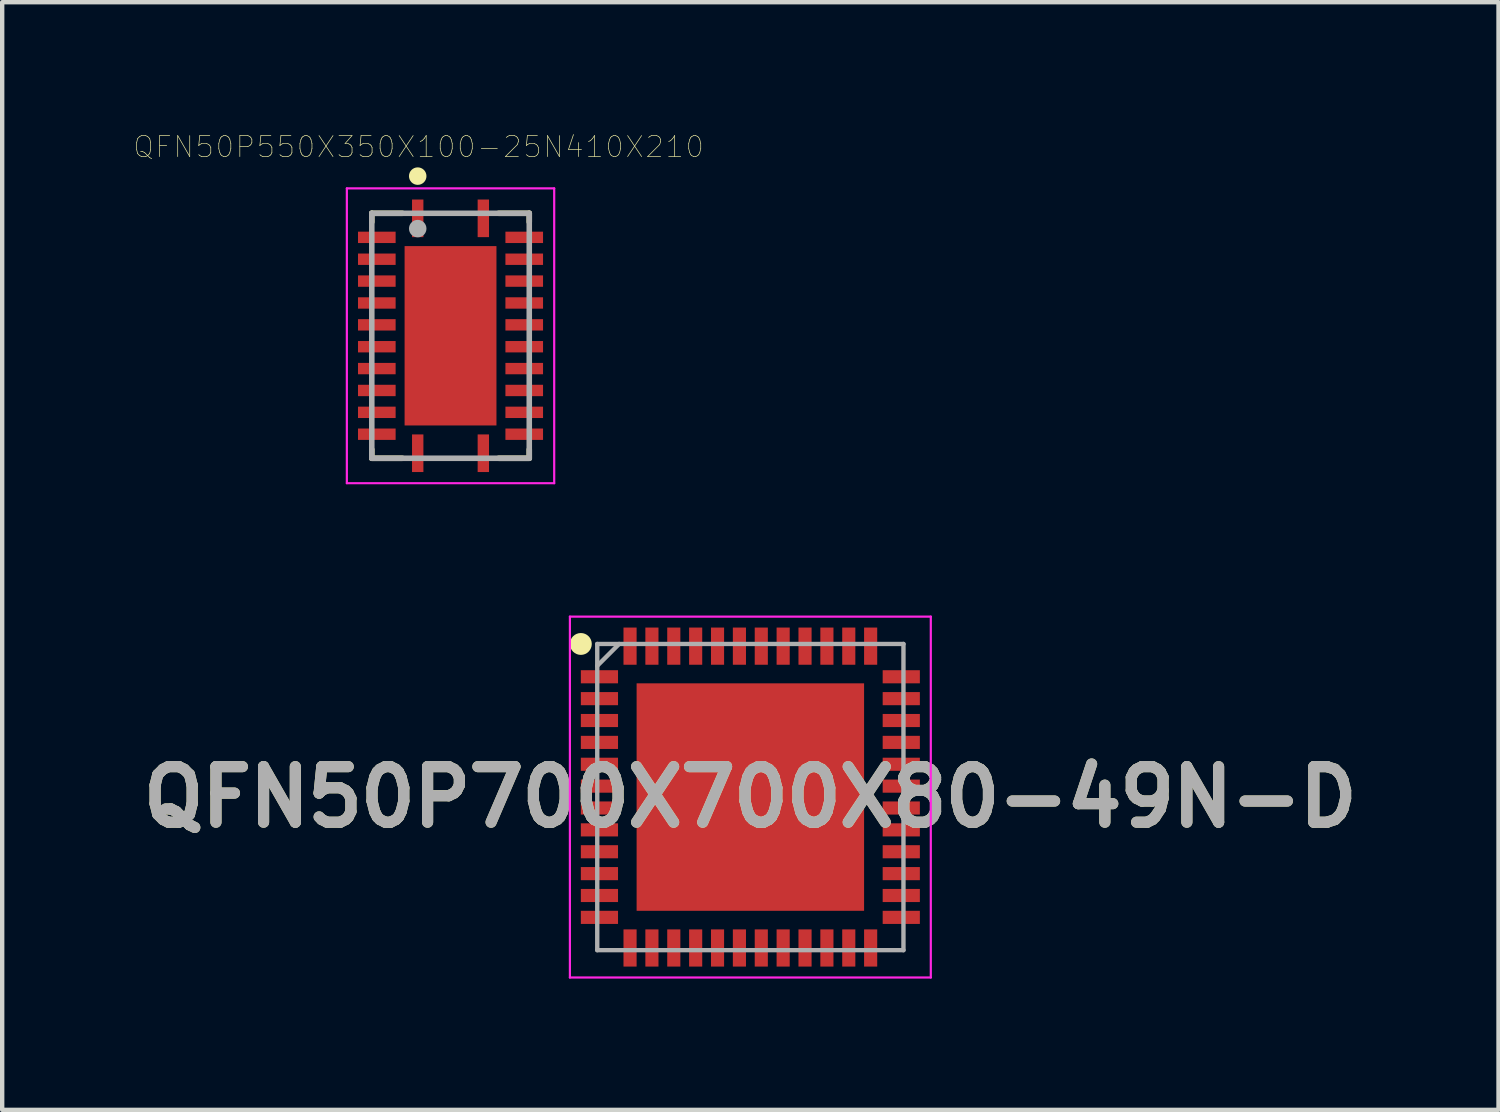
<source format=kicad_pcb>
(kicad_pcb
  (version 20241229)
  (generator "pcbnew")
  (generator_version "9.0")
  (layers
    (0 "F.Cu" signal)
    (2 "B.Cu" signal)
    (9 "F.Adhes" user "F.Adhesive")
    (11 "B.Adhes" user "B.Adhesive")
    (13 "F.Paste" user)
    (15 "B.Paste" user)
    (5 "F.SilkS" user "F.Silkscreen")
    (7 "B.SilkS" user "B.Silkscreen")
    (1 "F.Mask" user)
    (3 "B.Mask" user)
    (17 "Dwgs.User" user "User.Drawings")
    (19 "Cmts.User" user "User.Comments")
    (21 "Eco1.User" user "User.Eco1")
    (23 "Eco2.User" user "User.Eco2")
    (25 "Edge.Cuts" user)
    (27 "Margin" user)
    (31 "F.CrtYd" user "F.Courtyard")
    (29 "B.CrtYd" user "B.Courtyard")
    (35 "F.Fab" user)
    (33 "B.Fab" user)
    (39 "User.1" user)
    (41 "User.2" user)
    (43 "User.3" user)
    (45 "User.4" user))
  (footprint "QFN50P700X700X80-49N-D"
    (layer "F.Cu")
    (at 14.103 15.171)
    (property "Reference" "QFN50P700X700X80-49N-D" (at 0 0 0) (layer "F.SilkS") (effects (font (size 1.27 1.27) (thickness 0.254))))
    (attr smd)
    (fp_circle (center -3.875 -3.5) (end -3.875 -3.375) (stroke (width 0.25) (type solid)) (fill no) (layer "F.SilkS"))
    (fp_line (start -4.125 -4.125) (end 4.125 -4.125) (stroke (width 0.05) (type solid)) (layer "F.CrtYd"))
    (fp_line (start -4.125 4.125) (end -4.125 -4.125) (stroke (width 0.05) (type solid)) (layer "F.CrtYd"))
    (fp_line (start 4.125 -4.125) (end 4.125 4.125) (stroke (width 0.05) (type solid)) (layer "F.CrtYd"))
    (fp_line (start 4.125 4.125) (end -4.125 4.125) (stroke (width 0.05) (type solid)) (layer "F.CrtYd"))
    (fp_line (start -3.5 -3.5) (end 3.5 -3.5) (stroke (width 0.1) (type solid)) (layer "F.Fab"))
    (fp_line (start -3.5 -3) (end -3 -3.5) (stroke (width 0.1) (type solid)) (layer "F.Fab"))
    (fp_line (start -3.5 3.5) (end -3.5 -3.5) (stroke (width 0.1) (type solid)) (layer "F.Fab"))
    (fp_line (start 3.5 -3.5) (end 3.5 3.5) (stroke (width 0.1) (type solid)) (layer "F.Fab"))
    (fp_line (start 3.5 3.5) (end -3.5 3.5) (stroke (width 0.1) (type solid)) (layer "F.Fab"))
    (fp_text user "${REFERENCE}" (at 0 0 0) (layer "F.Fab") (effects (font (size 1.27 1.27) (thickness 0.254))))
    (pad "1" smd rect (at -3.45 -2.75 90) (size 0.3 0.85) (layers "F.Cu" "F.Mask" "F.Paste"))
    (pad "2" smd rect (at -3.45 -2.25 90) (size 0.3 0.85) (layers "F.Cu" "F.Mask" "F.Paste"))
    (pad "3" smd rect (at -3.45 -1.75 90) (size 0.3 0.85) (layers "F.Cu" "F.Mask" "F.Paste"))
    (pad "4" smd rect (at -3.45 -1.25 90) (size 0.3 0.85) (layers "F.Cu" "F.Mask" "F.Paste"))
    (pad "5" smd rect (at -3.45 -0.75 90) (size 0.3 0.85) (layers "F.Cu" "F.Mask" "F.Paste"))
    (pad "6" smd rect (at -3.45 -0.25 90) (size 0.3 0.85) (layers "F.Cu" "F.Mask" "F.Paste"))
    (pad "7" smd rect (at -3.45 0.25 90) (size 0.3 0.85) (layers "F.Cu" "F.Mask" "F.Paste"))
    (pad "8" smd rect (at -3.45 0.75 90) (size 0.3 0.85) (layers "F.Cu" "F.Mask" "F.Paste"))
    (pad "9" smd rect (at -3.45 1.25 90) (size 0.3 0.85) (layers "F.Cu" "F.Mask" "F.Paste"))
    (pad "10" smd rect (at -3.45 1.75 90) (size 0.3 0.85) (layers "F.Cu" "F.Mask" "F.Paste"))
    (pad "11" smd rect (at -3.45 2.25 90) (size 0.3 0.85) (layers "F.Cu" "F.Mask" "F.Paste"))
    (pad "12" smd rect (at -3.45 2.75 90) (size 0.3 0.85) (layers "F.Cu" "F.Mask" "F.Paste"))
    (pad "13" smd rect (at -2.75 3.45) (size 0.3 0.85) (layers "F.Cu" "F.Mask" "F.Paste"))
    (pad "14" smd rect (at -2.25 3.45) (size 0.3 0.85) (layers "F.Cu" "F.Mask" "F.Paste"))
    (pad "15" smd rect (at -1.75 3.45) (size 0.3 0.85) (layers "F.Cu" "F.Mask" "F.Paste"))
    (pad "16" smd rect (at -1.25 3.45) (size 0.3 0.85) (layers "F.Cu" "F.Mask" "F.Paste"))
    (pad "17" smd rect (at -0.75 3.45) (size 0.3 0.85) (layers "F.Cu" "F.Mask" "F.Paste"))
    (pad "18" smd rect (at -0.25 3.45) (size 0.3 0.85) (layers "F.Cu" "F.Mask" "F.Paste"))
    (pad "19" smd rect (at 0.25 3.45) (size 0.3 0.85) (layers "F.Cu" "F.Mask" "F.Paste"))
    (pad "20" smd rect (at 0.75 3.45) (size 0.3 0.85) (layers "F.Cu" "F.Mask" "F.Paste"))
    (pad "21" smd rect (at 1.25 3.45) (size 0.3 0.85) (layers "F.Cu" "F.Mask" "F.Paste"))
    (pad "22" smd rect (at 1.75 3.45) (size 0.3 0.85) (layers "F.Cu" "F.Mask" "F.Paste"))
    (pad "23" smd rect (at 2.25 3.45) (size 0.3 0.85) (layers "F.Cu" "F.Mask" "F.Paste"))
    (pad "24" smd rect (at 2.75 3.45) (size 0.3 0.85) (layers "F.Cu" "F.Mask" "F.Paste"))
    (pad "25" smd rect (at 3.45 2.75 90) (size 0.3 0.85) (layers "F.Cu" "F.Mask" "F.Paste"))
    (pad "26" smd rect (at 3.45 2.25 90) (size 0.3 0.85) (layers "F.Cu" "F.Mask" "F.Paste"))
    (pad "27" smd rect (at 3.45 1.75 90) (size 0.3 0.85) (layers "F.Cu" "F.Mask" "F.Paste"))
    (pad "28" smd rect (at 3.45 1.25 90) (size 0.3 0.85) (layers "F.Cu" "F.Mask" "F.Paste"))
    (pad "29" smd rect (at 3.45 0.75 90) (size 0.3 0.85) (layers "F.Cu" "F.Mask" "F.Paste"))
    (pad "30" smd rect (at 3.45 0.25 90) (size 0.3 0.85) (layers "F.Cu" "F.Mask" "F.Paste"))
    (pad "31" smd rect (at 3.45 -0.25 90) (size 0.3 0.85) (layers "F.Cu" "F.Mask" "F.Paste"))
    (pad "32" smd rect (at 3.45 -0.75 90) (size 0.3 0.85) (layers "F.Cu" "F.Mask" "F.Paste"))
    (pad "33" smd rect (at 3.45 -1.25 90) (size 0.3 0.85) (layers "F.Cu" "F.Mask" "F.Paste"))
    (pad "34" smd rect (at 3.45 -1.75 90) (size 0.3 0.85) (layers "F.Cu" "F.Mask" "F.Paste"))
    (pad "35" smd rect (at 3.45 -2.25 90) (size 0.3 0.85) (layers "F.Cu" "F.Mask" "F.Paste"))
    (pad "36" smd rect (at 3.45 -2.75 90) (size 0.3 0.85) (layers "F.Cu" "F.Mask" "F.Paste"))
    (pad "37" smd rect (at 2.75 -3.45) (size 0.3 0.85) (layers "F.Cu" "F.Mask" "F.Paste"))
    (pad "38" smd rect (at 2.25 -3.45) (size 0.3 0.85) (layers "F.Cu" "F.Mask" "F.Paste"))
    (pad "39" smd rect (at 1.75 -3.45) (size 0.3 0.85) (layers "F.Cu" "F.Mask" "F.Paste"))
    (pad "40" smd rect (at 1.25 -3.45) (size 0.3 0.85) (layers "F.Cu" "F.Mask" "F.Paste"))
    (pad "41" smd rect (at 0.75 -3.45) (size 0.3 0.85) (layers "F.Cu" "F.Mask" "F.Paste"))
    (pad "42" smd rect (at 0.25 -3.45) (size 0.3 0.85) (layers "F.Cu" "F.Mask" "F.Paste"))
    (pad "43" smd rect (at -0.25 -3.45) (size 0.3 0.85) (layers "F.Cu" "F.Mask" "F.Paste"))
    (pad "44" smd rect (at -0.75 -3.45) (size 0.3 0.85) (layers "F.Cu" "F.Mask" "F.Paste"))
    (pad "45" smd rect (at -1.25 -3.45) (size 0.3 0.85) (layers "F.Cu" "F.Mask" "F.Paste"))
    (pad "46" smd rect (at -1.75 -3.45) (size 0.3 0.85) (layers "F.Cu" "F.Mask" "F.Paste"))
    (pad "47" smd rect (at -2.25 -3.45) (size 0.3 0.85) (layers "F.Cu" "F.Mask" "F.Paste"))
    (pad "48" smd rect (at -2.75 -3.45) (size 0.3 0.85) (layers "F.Cu" "F.Mask" "F.Paste"))
    (pad "49" smd rect (at 0 0) (size 5.2 5.2) (layers "F.Cu" "F.Mask" "F.Paste")))
  (footprint "QFN50P550X350X100-25N410X210"
    (layer "F.Cu")
    (at 7.249 4.626)
    (property "Reference" "QFN50P550X350X100-25N410X210" (at -0.728 -4.318 0) (layer "F.SilkS") (effects (font (size 0.481 0.481) (thickness 0.015))))
    (attr through_hole)
    (fp_poly (pts (xy -1.13 -2.126) (xy 1.126 -2.126) (xy 1.126 2.133) (xy -1.13 2.133)) (stroke (width 0.01) (type solid)) (fill yes) (layer "F.Mask"))
    (fp_line (start -1.8 -2.8) (end -1.1 -2.8) (stroke (width 0.127) (type solid)) (layer "F.SilkS"))
    (fp_line (start -1.8 -2.6) (end -1.8 -2.8) (stroke (width 0.127) (type solid)) (layer "F.SilkS"))
    (fp_line (start -1.8 2.6) (end -1.8 2.8) (stroke (width 0.127) (type solid)) (layer "F.SilkS"))
    (fp_line (start -1.8 2.8) (end -1.1 2.8) (stroke (width 0.127) (type solid)) (layer "F.SilkS"))
    (fp_line (start 1.1 2.8) (end 1.8 2.8) (stroke (width 0.127) (type solid)) (layer "F.SilkS"))
    (fp_line (start 1.8 -2.8) (end 1.1 -2.8) (stroke (width 0.127) (type solid)) (layer "F.SilkS"))
    (fp_line (start 1.8 -2.6) (end 1.8 -2.8) (stroke (width 0.127) (type solid)) (layer "F.SilkS"))
    (fp_line (start 1.8 2.8) (end 1.8 2.6) (stroke (width 0.127) (type solid)) (layer "F.SilkS"))
    (fp_circle (center -0.75 -3.65) (end -0.65 -3.65) (stroke (width 0.2) (type solid)) (fill no) (layer "F.SilkS"))
    (fp_poly (pts (xy -0.664 -1.296) (xy 0.664 -1.296) (xy 0.664 1.297) (xy -0.664 1.297)) (stroke (width 0.01) (type solid)) (fill yes) (layer "F.Paste"))
    (fp_line (start -2.37 -3.37) (end 2.37 -3.37) (stroke (width 0.05) (type solid)) (layer "F.CrtYd"))
    (fp_line (start -2.37 3.37) (end -2.37 -3.37) (stroke (width 0.05) (type solid)) (layer "F.CrtYd"))
    (fp_line (start 2.37 -3.37) (end 2.37 3.37) (stroke (width 0.05) (type solid)) (layer "F.CrtYd"))
    (fp_line (start 2.37 3.37) (end -2.37 3.37) (stroke (width 0.05) (type solid)) (layer "F.CrtYd"))
    (fp_line (start -1.8 -2.8) (end 1.8 -2.8) (stroke (width 0.127) (type solid)) (layer "F.Fab"))
    (fp_line (start -1.8 2.8) (end -1.8 -2.8) (stroke (width 0.127) (type solid)) (layer "F.Fab"))
    (fp_line (start 1.8 -2.8) (end 1.8 2.8) (stroke (width 0.127) (type solid)) (layer "F.Fab"))
    (fp_line (start 1.8 2.8) (end -1.8 2.8) (stroke (width 0.127) (type solid)) (layer "F.Fab"))
    (fp_circle (center -0.75 -2.45) (end -0.65 -2.45) (stroke (width 0.2) (type solid)) (fill no) (layer "F.Fab"))
    (pad "1" smd rect (at -0.75 -2.685) (size 0.26 0.86) (layers "F.Cu" "F.Mask" "F.Paste"))
    (pad "2" smd rect (at -1.685 -2.25) (size 0.86 0.26) (layers "F.Cu" "F.Mask" "F.Paste"))
    (pad "3" smd rect (at -1.685 -1.75) (size 0.86 0.26) (layers "F.Cu" "F.Mask" "F.Paste"))
    (pad "4" smd rect (at -1.685 -1.25) (size 0.86 0.26) (layers "F.Cu" "F.Mask" "F.Paste"))
    (pad "5" smd rect (at -1.685 -0.75) (size 0.86 0.26) (layers "F.Cu" "F.Mask" "F.Paste"))
    (pad "6" smd rect (at -1.685 -0.25) (size 0.86 0.26) (layers "F.Cu" "F.Mask" "F.Paste"))
    (pad "7" smd rect (at -1.685 0.25) (size 0.86 0.26) (layers "F.Cu" "F.Mask" "F.Paste"))
    (pad "8" smd rect (at -1.685 0.75) (size 0.86 0.26) (layers "F.Cu" "F.Mask" "F.Paste"))
    (pad "9" smd rect (at -1.685 1.25) (size 0.86 0.26) (layers "F.Cu" "F.Mask" "F.Paste"))
    (pad "10" smd rect (at -1.685 1.75) (size 0.86 0.26) (layers "F.Cu" "F.Mask" "F.Paste"))
    (pad "11" smd rect (at -1.685 2.25) (size 0.86 0.26) (layers "F.Cu" "F.Mask" "F.Paste"))
    (pad "12" smd rect (at -0.75 2.685) (size 0.26 0.86) (layers "F.Cu" "F.Mask" "F.Paste"))
    (pad "13" smd rect (at 0.75 2.685) (size 0.26 0.86) (layers "F.Cu" "F.Mask" "F.Paste"))
    (pad "14" smd rect (at 1.685 2.25) (size 0.86 0.26) (layers "F.Cu" "F.Mask" "F.Paste"))
    (pad "15" smd rect (at 1.685 1.75) (size 0.86 0.26) (layers "F.Cu" "F.Mask" "F.Paste"))
    (pad "16" smd rect (at 1.685 1.25) (size 0.86 0.26) (layers "F.Cu" "F.Mask" "F.Paste"))
    (pad "17" smd rect (at 1.685 0.75) (size 0.86 0.26) (layers "F.Cu" "F.Mask" "F.Paste"))
    (pad "18" smd rect (at 1.685 0.25) (size 0.86 0.26) (layers "F.Cu" "F.Mask" "F.Paste"))
    (pad "19" smd rect (at 1.685 -0.25) (size 0.86 0.26) (layers "F.Cu" "F.Mask" "F.Paste"))
    (pad "20" smd rect (at 1.685 -0.75) (size 0.86 0.26) (layers "F.Cu" "F.Mask" "F.Paste"))
    (pad "21" smd rect (at 1.685 -1.25) (size 0.86 0.26) (layers "F.Cu" "F.Mask" "F.Paste"))
    (pad "22" smd rect (at 1.685 -1.75) (size 0.86 0.26) (layers "F.Cu" "F.Mask" "F.Paste"))
    (pad "23" smd rect (at 1.685 -2.25) (size 0.86 0.26) (layers "F.Cu" "F.Mask" "F.Paste"))
    (pad "24" smd rect (at 0.75 -2.685) (size 0.26 0.86) (layers "F.Cu" "F.Mask" "F.Paste"))
    (pad "25" smd rect (at 0 0) (size 2.1 4.1) (layers "F.Cu")))
  (gr_rect
    (start -3 -3)
    (end 31.206 22.321)
    (stroke (width 0.1) (type default))
    (fill no)
    (layer "Edge.Cuts")))
</source>
